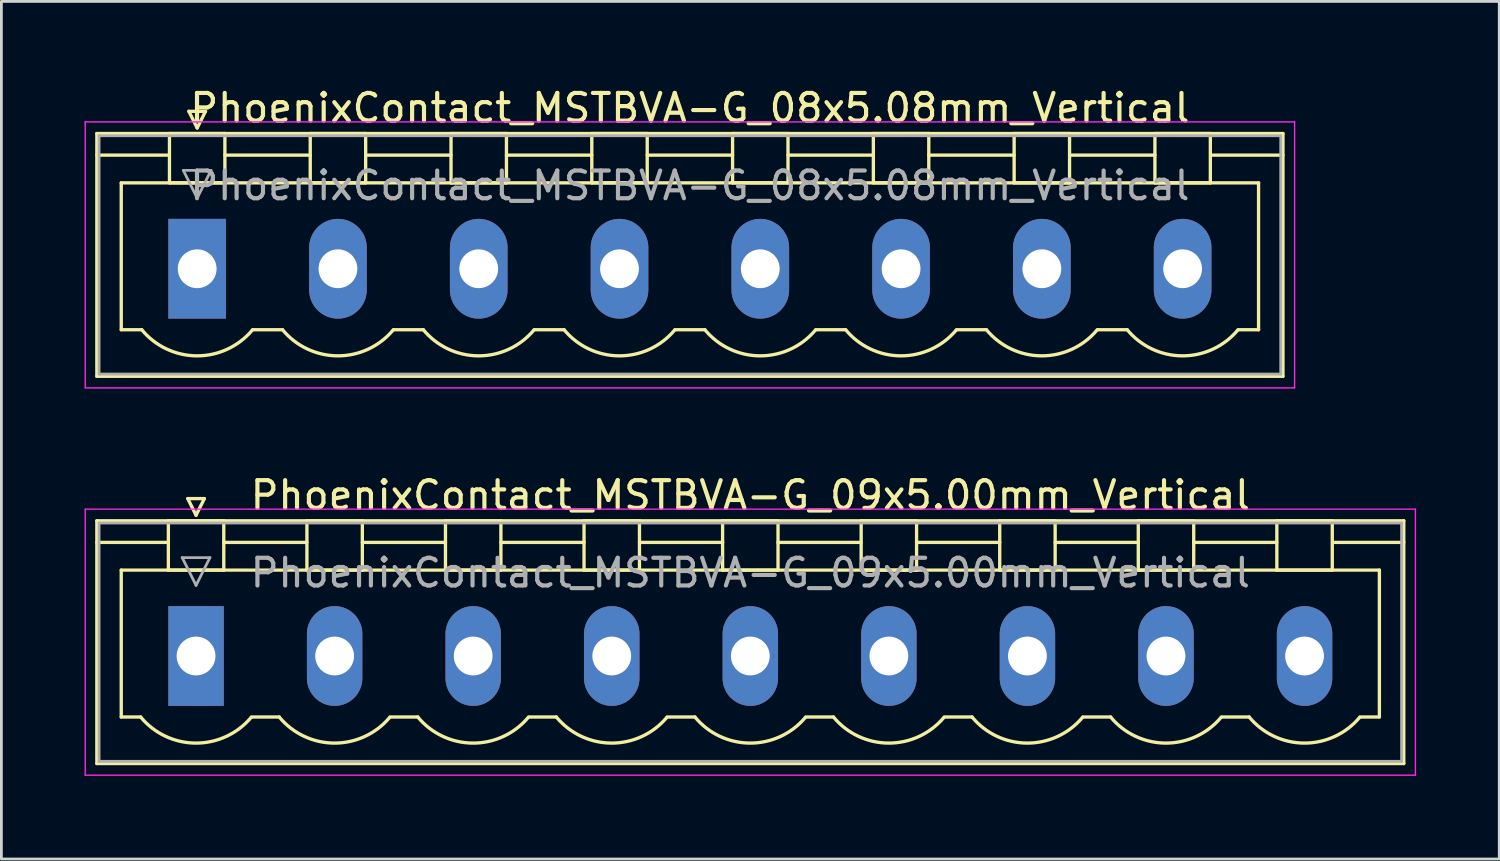
<source format=kicad_pcb>
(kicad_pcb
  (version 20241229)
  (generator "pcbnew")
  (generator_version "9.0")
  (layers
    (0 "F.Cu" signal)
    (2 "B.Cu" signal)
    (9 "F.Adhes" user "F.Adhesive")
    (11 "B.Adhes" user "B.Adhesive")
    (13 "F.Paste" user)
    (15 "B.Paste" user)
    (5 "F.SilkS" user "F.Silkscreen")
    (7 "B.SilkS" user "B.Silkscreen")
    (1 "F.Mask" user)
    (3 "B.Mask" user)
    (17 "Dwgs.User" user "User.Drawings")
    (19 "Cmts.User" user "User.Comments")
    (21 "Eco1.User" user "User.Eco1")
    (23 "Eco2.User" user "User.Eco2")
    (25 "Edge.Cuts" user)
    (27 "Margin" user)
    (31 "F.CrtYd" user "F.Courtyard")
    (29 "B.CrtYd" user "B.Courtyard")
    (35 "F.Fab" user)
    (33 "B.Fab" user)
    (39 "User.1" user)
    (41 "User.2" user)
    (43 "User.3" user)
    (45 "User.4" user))
  (footprint "PhoenixContact_MSTBVA-G_09x5.00mm_Vertical"
    (layer "F.Cu")
    (at 4.025 20.622)
    (property "Reference" "PhoenixContact_MSTBVA-G_09x5.00mm_Vertical" (at 20 -5.8 0) (layer "F.SilkS") (effects (font (size 1 1) (thickness 0.15))))
    (attr through_hole)
    (fp_line (start -3.58 -4.88) (end -3.58 3.88) (stroke (width 0.12) (type solid)) (layer "F.SilkS"))
    (fp_line (start -3.58 -4.1) (end -1.08 -4.1) (stroke (width 0.12) (type solid)) (layer "F.SilkS"))
    (fp_line (start -3.58 3.88) (end 43.58 3.88) (stroke (width 0.12) (type solid)) (layer "F.SilkS"))
    (fp_line (start -2.7 -3.1) (end 42.7 -3.1) (stroke (width 0.12) (type solid)) (layer "F.SilkS"))
    (fp_line (start -2.7 2.2) (end -2.7 -3.1) (stroke (width 0.12) (type solid)) (layer "F.SilkS"))
    (fp_line (start -2 2.2) (end -2.7 2.2) (stroke (width 0.12) (type solid)) (layer "F.SilkS"))
    (fp_line (start -1 -4.88) (end 1 -4.88) (stroke (width 0.12) (type solid)) (layer "F.SilkS"))
    (fp_line (start -1 -3.1) (end -1 -4.88) (stroke (width 0.12) (type solid)) (layer "F.SilkS"))
    (fp_line (start -0.3 -5.68) (end 0.3 -5.68) (stroke (width 0.12) (type solid)) (layer "F.SilkS"))
    (fp_line (start 0 -5.08) (end -0.3 -5.68) (stroke (width 0.12) (type solid)) (layer "F.SilkS"))
    (fp_line (start 0.3 -5.68) (end 0 -5.08) (stroke (width 0.12) (type solid)) (layer "F.SilkS"))
    (fp_line (start 1 -4.88) (end 1 -3.1) (stroke (width 0.12) (type solid)) (layer "F.SilkS"))
    (fp_line (start 1 -4.1) (end 4 -4.1) (stroke (width 0.12) (type solid)) (layer "F.SilkS"))
    (fp_line (start 1 -3.1) (end -1 -3.1) (stroke (width 0.12) (type solid)) (layer "F.SilkS"))
    (fp_line (start 2 2.2) (end 3 2.2) (stroke (width 0.12) (type solid)) (layer "F.SilkS"))
    (fp_line (start 4 -4.88) (end 6 -4.88) (stroke (width 0.12) (type solid)) (layer "F.SilkS"))
    (fp_line (start 4 -3.1) (end 4 -4.88) (stroke (width 0.12) (type solid)) (layer "F.SilkS"))
    (fp_line (start 6 -4.88) (end 6 -3.1) (stroke (width 0.12) (type solid)) (layer "F.SilkS"))
    (fp_line (start 6 -4.1) (end 9 -4.1) (stroke (width 0.12) (type solid)) (layer "F.SilkS"))
    (fp_line (start 6 -3.1) (end 4 -3.1) (stroke (width 0.12) (type solid)) (layer "F.SilkS"))
    (fp_line (start 7 2.2) (end 8 2.2) (stroke (width 0.12) (type solid)) (layer "F.SilkS"))
    (fp_line (start 9 -4.88) (end 11 -4.88) (stroke (width 0.12) (type solid)) (layer "F.SilkS"))
    (fp_line (start 9 -3.1) (end 9 -4.88) (stroke (width 0.12) (type solid)) (layer "F.SilkS"))
    (fp_line (start 11 -4.88) (end 11 -3.1) (stroke (width 0.12) (type solid)) (layer "F.SilkS"))
    (fp_line (start 11 -4.1) (end 14 -4.1) (stroke (width 0.12) (type solid)) (layer "F.SilkS"))
    (fp_line (start 11 -3.1) (end 9 -3.1) (stroke (width 0.12) (type solid)) (layer "F.SilkS"))
    (fp_line (start 12 2.2) (end 13 2.2) (stroke (width 0.12) (type solid)) (layer "F.SilkS"))
    (fp_line (start 14 -4.88) (end 16 -4.88) (stroke (width 0.12) (type solid)) (layer "F.SilkS"))
    (fp_line (start 14 -3.1) (end 14 -4.88) (stroke (width 0.12) (type solid)) (layer "F.SilkS"))
    (fp_line (start 16 -4.88) (end 16 -3.1) (stroke (width 0.12) (type solid)) (layer "F.SilkS"))
    (fp_line (start 16 -4.1) (end 19 -4.1) (stroke (width 0.12) (type solid)) (layer "F.SilkS"))
    (fp_line (start 16 -3.1) (end 14 -3.1) (stroke (width 0.12) (type solid)) (layer "F.SilkS"))
    (fp_line (start 17 2.2) (end 18 2.2) (stroke (width 0.12) (type solid)) (layer "F.SilkS"))
    (fp_line (start 19 -4.88) (end 21 -4.88) (stroke (width 0.12) (type solid)) (layer "F.SilkS"))
    (fp_line (start 19 -3.1) (end 19 -4.88) (stroke (width 0.12) (type solid)) (layer "F.SilkS"))
    (fp_line (start 21 -4.88) (end 21 -3.1) (stroke (width 0.12) (type solid)) (layer "F.SilkS"))
    (fp_line (start 21 -4.1) (end 24 -4.1) (stroke (width 0.12) (type solid)) (layer "F.SilkS"))
    (fp_line (start 21 -3.1) (end 19 -3.1) (stroke (width 0.12) (type solid)) (layer "F.SilkS"))
    (fp_line (start 22 2.2) (end 23 2.2) (stroke (width 0.12) (type solid)) (layer "F.SilkS"))
    (fp_line (start 24 -4.88) (end 26 -4.88) (stroke (width 0.12) (type solid)) (layer "F.SilkS"))
    (fp_line (start 24 -3.1) (end 24 -4.88) (stroke (width 0.12) (type solid)) (layer "F.SilkS"))
    (fp_line (start 26 -4.88) (end 26 -3.1) (stroke (width 0.12) (type solid)) (layer "F.SilkS"))
    (fp_line (start 26 -4.1) (end 29 -4.1) (stroke (width 0.12) (type solid)) (layer "F.SilkS"))
    (fp_line (start 26 -3.1) (end 24 -3.1) (stroke (width 0.12) (type solid)) (layer "F.SilkS"))
    (fp_line (start 27 2.2) (end 28 2.2) (stroke (width 0.12) (type solid)) (layer "F.SilkS"))
    (fp_line (start 29 -4.88) (end 31 -4.88) (stroke (width 0.12) (type solid)) (layer "F.SilkS"))
    (fp_line (start 29 -3.1) (end 29 -4.88) (stroke (width 0.12) (type solid)) (layer "F.SilkS"))
    (fp_line (start 31 -4.88) (end 31 -3.1) (stroke (width 0.12) (type solid)) (layer "F.SilkS"))
    (fp_line (start 31 -4.1) (end 34 -4.1) (stroke (width 0.12) (type solid)) (layer "F.SilkS"))
    (fp_line (start 31 -3.1) (end 29 -3.1) (stroke (width 0.12) (type solid)) (layer "F.SilkS"))
    (fp_line (start 32 2.2) (end 33 2.2) (stroke (width 0.12) (type solid)) (layer "F.SilkS"))
    (fp_line (start 34 -4.88) (end 36 -4.88) (stroke (width 0.12) (type solid)) (layer "F.SilkS"))
    (fp_line (start 34 -3.1) (end 34 -4.88) (stroke (width 0.12) (type solid)) (layer "F.SilkS"))
    (fp_line (start 36 -4.88) (end 36 -3.1) (stroke (width 0.12) (type solid)) (layer "F.SilkS"))
    (fp_line (start 36 -4.1) (end 39 -4.1) (stroke (width 0.12) (type solid)) (layer "F.SilkS"))
    (fp_line (start 36 -3.1) (end 34 -3.1) (stroke (width 0.12) (type solid)) (layer "F.SilkS"))
    (fp_line (start 37 2.2) (end 38 2.2) (stroke (width 0.12) (type solid)) (layer "F.SilkS"))
    (fp_line (start 39 -4.88) (end 41 -4.88) (stroke (width 0.12) (type solid)) (layer "F.SilkS"))
    (fp_line (start 39 -3.1) (end 39 -4.88) (stroke (width 0.12) (type solid)) (layer "F.SilkS"))
    (fp_line (start 41 -4.88) (end 41 -3.1) (stroke (width 0.12) (type solid)) (layer "F.SilkS"))
    (fp_line (start 41 -3.1) (end 39 -3.1) (stroke (width 0.12) (type solid)) (layer "F.SilkS"))
    (fp_line (start 42.7 -3.1) (end 42.7 2.2) (stroke (width 0.12) (type solid)) (layer "F.SilkS"))
    (fp_line (start 42.7 2.2) (end 42 2.2) (stroke (width 0.12) (type solid)) (layer "F.SilkS"))
    (fp_line (start 43.58 -4.88) (end -3.58 -4.88) (stroke (width 0.12) (type solid)) (layer "F.SilkS"))
    (fp_line (start 43.58 -4.1) (end 41.08 -4.1) (stroke (width 0.12) (type solid)) (layer "F.SilkS"))
    (fp_line (start 43.58 3.88) (end 43.58 -4.88) (stroke (width 0.12) (type solid)) (layer "F.SilkS"))
    (fp_arc (start 1.986842 2.215821) (mid -0.010289 3.142758) (end -2 2.2) (stroke (width 0.12) (type solid)) (layer "F.SilkS"))
    (fp_arc (start 6.986842 2.215821) (mid 4.989711 3.142758) (end 3 2.2) (stroke (width 0.12) (type solid)) (layer "F.SilkS"))
    (fp_arc (start 11.986842 2.215821) (mid 9.989711 3.142758) (end 8 2.2) (stroke (width 0.12) (type solid)) (layer "F.SilkS"))
    (fp_arc (start 16.986842 2.215821) (mid 14.989711 3.142758) (end 13 2.2) (stroke (width 0.12) (type solid)) (layer "F.SilkS"))
    (fp_arc (start 21.986842 2.215821) (mid 19.989711 3.142758) (end 18 2.2) (stroke (width 0.12) (type solid)) (layer "F.SilkS"))
    (fp_arc (start 26.986842 2.215821) (mid 24.989711 3.142758) (end 23 2.2) (stroke (width 0.12) (type solid)) (layer "F.SilkS"))
    (fp_arc (start 31.986842 2.215821) (mid 29.989711 3.142758) (end 28 2.2) (stroke (width 0.12) (type solid)) (layer "F.SilkS"))
    (fp_arc (start 36.986842 2.215821) (mid 34.989711 3.142758) (end 33 2.2) (stroke (width 0.12) (type solid)) (layer "F.SilkS"))
    (fp_arc (start 41.986842 2.215821) (mid 39.989711 3.142758) (end 38 2.2) (stroke (width 0.12) (type solid)) (layer "F.SilkS"))
    (fp_line (start -4 -5.3) (end -4 4.3) (stroke (width 0.05) (type solid)) (layer "F.CrtYd"))
    (fp_line (start -4 4.3) (end 44 4.3) (stroke (width 0.05) (type solid)) (layer "F.CrtYd"))
    (fp_line (start 44 -5.3) (end -4 -5.3) (stroke (width 0.05) (type solid)) (layer "F.CrtYd"))
    (fp_line (start 44 4.3) (end 44 -5.3) (stroke (width 0.05) (type solid)) (layer "F.CrtYd"))
    (fp_line (start -3.5 -4.8) (end -3.5 3.8) (stroke (width 0.1) (type solid)) (layer "F.Fab"))
    (fp_line (start -3.5 3.8) (end 43.5 3.8) (stroke (width 0.1) (type solid)) (layer "F.Fab"))
    (fp_line (start -0.5 -3.55) (end 0.5 -3.55) (stroke (width 0.1) (type solid)) (layer "F.Fab"))
    (fp_line (start 0 -2.55) (end -0.5 -3.55) (stroke (width 0.1) (type solid)) (layer "F.Fab"))
    (fp_line (start 0.5 -3.55) (end 0 -2.55) (stroke (width 0.1) (type solid)) (layer "F.Fab"))
    (fp_line (start 43.5 -4.8) (end -3.5 -4.8) (stroke (width 0.1) (type solid)) (layer "F.Fab"))
    (fp_line (start 43.5 3.8) (end 43.5 -4.8) (stroke (width 0.1) (type solid)) (layer "F.Fab"))
    (fp_text user "${REFERENCE}" (at 20 -3 0) (layer "F.Fab") (effects (font (size 1 1) (thickness 0.15))))
    (pad "1" thru_hole rect (at 0 0) (size 2 3.6) (drill 1.4) (layers "*.Cu" "*.Mask"))
    (pad "2" thru_hole oval (at 5 0) (size 2 3.6) (drill 1.4) (layers "*.Cu" "*.Mask"))
    (pad "3" thru_hole oval (at 10 0) (size 2 3.6) (drill 1.4) (layers "*.Cu" "*.Mask"))
    (pad "4" thru_hole oval (at 15 0) (size 2 3.6) (drill 1.4) (layers "*.Cu" "*.Mask"))
    (pad "5" thru_hole oval (at 20 0) (size 2 3.6) (drill 1.4) (layers "*.Cu" "*.Mask"))
    (pad "6" thru_hole oval (at 25 0) (size 2 3.6) (drill 1.4) (layers "*.Cu" "*.Mask"))
    (pad "7" thru_hole oval (at 30 0) (size 2 3.6) (drill 1.4) (layers "*.Cu" "*.Mask"))
    (pad "8" thru_hole oval (at 35 0) (size 2 3.6) (drill 1.4) (layers "*.Cu" "*.Mask"))
    (pad "9" thru_hole oval (at 40 0) (size 2 3.6) (drill 1.4) (layers "*.Cu" "*.Mask")))
  (footprint "PhoenixContact_MSTBVA-G_08x5.08mm_Vertical"
    (layer "F.Cu")
    (at 4.065 6.648)
    (property "Reference" "PhoenixContact_MSTBVA-G_08x5.08mm_Vertical" (at 17.78 -5.8 0) (layer "F.SilkS") (effects (font (size 1 1) (thickness 0.15))))
    (attr through_hole)
    (fp_line (start -3.62 -4.88) (end -3.62 3.88) (stroke (width 0.12) (type solid)) (layer "F.SilkS"))
    (fp_line (start -3.62 -4.1) (end -1.08 -4.1) (stroke (width 0.12) (type solid)) (layer "F.SilkS"))
    (fp_line (start -3.62 3.88) (end 39.18 3.88) (stroke (width 0.12) (type solid)) (layer "F.SilkS"))
    (fp_line (start -2.74 -3.1) (end 38.3 -3.1) (stroke (width 0.12) (type solid)) (layer "F.SilkS"))
    (fp_line (start -2.74 2.2) (end -2.74 -3.1) (stroke (width 0.12) (type solid)) (layer "F.SilkS"))
    (fp_line (start -2 2.2) (end -2.74 2.2) (stroke (width 0.12) (type solid)) (layer "F.SilkS"))
    (fp_line (start -1 -4.88) (end 1 -4.88) (stroke (width 0.12) (type solid)) (layer "F.SilkS"))
    (fp_line (start -1 -3.1) (end -1 -4.88) (stroke (width 0.12) (type solid)) (layer "F.SilkS"))
    (fp_line (start -0.3 -5.68) (end 0.3 -5.68) (stroke (width 0.12) (type solid)) (layer "F.SilkS"))
    (fp_line (start 0 -5.08) (end -0.3 -5.68) (stroke (width 0.12) (type solid)) (layer "F.SilkS"))
    (fp_line (start 0.3 -5.68) (end 0 -5.08) (stroke (width 0.12) (type solid)) (layer "F.SilkS"))
    (fp_line (start 1 -4.88) (end 1 -3.1) (stroke (width 0.12) (type solid)) (layer "F.SilkS"))
    (fp_line (start 1 -4.1) (end 4.08 -4.1) (stroke (width 0.12) (type solid)) (layer "F.SilkS"))
    (fp_line (start 1 -3.1) (end -1 -3.1) (stroke (width 0.12) (type solid)) (layer "F.SilkS"))
    (fp_line (start 2 2.2) (end 3.08 2.2) (stroke (width 0.12) (type solid)) (layer "F.SilkS"))
    (fp_line (start 4.08 -4.88) (end 6.08 -4.88) (stroke (width 0.12) (type solid)) (layer "F.SilkS"))
    (fp_line (start 4.08 -3.1) (end 4.08 -4.88) (stroke (width 0.12) (type solid)) (layer "F.SilkS"))
    (fp_line (start 6.08 -4.88) (end 6.08 -3.1) (stroke (width 0.12) (type solid)) (layer "F.SilkS"))
    (fp_line (start 6.08 -4.1) (end 9.16 -4.1) (stroke (width 0.12) (type solid)) (layer "F.SilkS"))
    (fp_line (start 6.08 -3.1) (end 4.08 -3.1) (stroke (width 0.12) (type solid)) (layer "F.SilkS"))
    (fp_line (start 7.08 2.2) (end 8.16 2.2) (stroke (width 0.12) (type solid)) (layer "F.SilkS"))
    (fp_line (start 9.16 -4.88) (end 11.16 -4.88) (stroke (width 0.12) (type solid)) (layer "F.SilkS"))
    (fp_line (start 9.16 -3.1) (end 9.16 -4.88) (stroke (width 0.12) (type solid)) (layer "F.SilkS"))
    (fp_line (start 11.16 -4.88) (end 11.16 -3.1) (stroke (width 0.12) (type solid)) (layer "F.SilkS"))
    (fp_line (start 11.16 -4.1) (end 14.24 -4.1) (stroke (width 0.12) (type solid)) (layer "F.SilkS"))
    (fp_line (start 11.16 -3.1) (end 9.16 -3.1) (stroke (width 0.12) (type solid)) (layer "F.SilkS"))
    (fp_line (start 12.16 2.2) (end 13.24 2.2) (stroke (width 0.12) (type solid)) (layer "F.SilkS"))
    (fp_line (start 14.24 -4.88) (end 16.24 -4.88) (stroke (width 0.12) (type solid)) (layer "F.SilkS"))
    (fp_line (start 14.24 -3.1) (end 14.24 -4.88) (stroke (width 0.12) (type solid)) (layer "F.SilkS"))
    (fp_line (start 16.24 -4.88) (end 16.24 -3.1) (stroke (width 0.12) (type solid)) (layer "F.SilkS"))
    (fp_line (start 16.24 -4.1) (end 19.32 -4.1) (stroke (width 0.12) (type solid)) (layer "F.SilkS"))
    (fp_line (start 16.24 -3.1) (end 14.24 -3.1) (stroke (width 0.12) (type solid)) (layer "F.SilkS"))
    (fp_line (start 17.24 2.2) (end 18.32 2.2) (stroke (width 0.12) (type solid)) (layer "F.SilkS"))
    (fp_line (start 19.32 -4.88) (end 21.32 -4.88) (stroke (width 0.12) (type solid)) (layer "F.SilkS"))
    (fp_line (start 19.32 -3.1) (end 19.32 -4.88) (stroke (width 0.12) (type solid)) (layer "F.SilkS"))
    (fp_line (start 21.32 -4.88) (end 21.32 -3.1) (stroke (width 0.12) (type solid)) (layer "F.SilkS"))
    (fp_line (start 21.32 -4.1) (end 24.4 -4.1) (stroke (width 0.12) (type solid)) (layer "F.SilkS"))
    (fp_line (start 21.32 -3.1) (end 19.32 -3.1) (stroke (width 0.12) (type solid)) (layer "F.SilkS"))
    (fp_line (start 22.32 2.2) (end 23.4 2.2) (stroke (width 0.12) (type solid)) (layer "F.SilkS"))
    (fp_line (start 24.4 -4.88) (end 26.4 -4.88) (stroke (width 0.12) (type solid)) (layer "F.SilkS"))
    (fp_line (start 24.4 -3.1) (end 24.4 -4.88) (stroke (width 0.12) (type solid)) (layer "F.SilkS"))
    (fp_line (start 26.4 -4.88) (end 26.4 -3.1) (stroke (width 0.12) (type solid)) (layer "F.SilkS"))
    (fp_line (start 26.4 -4.1) (end 29.48 -4.1) (stroke (width 0.12) (type solid)) (layer "F.SilkS"))
    (fp_line (start 26.4 -3.1) (end 24.4 -3.1) (stroke (width 0.12) (type solid)) (layer "F.SilkS"))
    (fp_line (start 27.4 2.2) (end 28.48 2.2) (stroke (width 0.12) (type solid)) (layer "F.SilkS"))
    (fp_line (start 29.48 -4.88) (end 31.48 -4.88) (stroke (width 0.12) (type solid)) (layer "F.SilkS"))
    (fp_line (start 29.48 -3.1) (end 29.48 -4.88) (stroke (width 0.12) (type solid)) (layer "F.SilkS"))
    (fp_line (start 31.48 -4.88) (end 31.48 -3.1) (stroke (width 0.12) (type solid)) (layer "F.SilkS"))
    (fp_line (start 31.48 -4.1) (end 34.56 -4.1) (stroke (width 0.12) (type solid)) (layer "F.SilkS"))
    (fp_line (start 31.48 -3.1) (end 29.48 -3.1) (stroke (width 0.12) (type solid)) (layer "F.SilkS"))
    (fp_line (start 32.48 2.2) (end 33.56 2.2) (stroke (width 0.12) (type solid)) (layer "F.SilkS"))
    (fp_line (start 34.56 -4.88) (end 36.56 -4.88) (stroke (width 0.12) (type solid)) (layer "F.SilkS"))
    (fp_line (start 34.56 -3.1) (end 34.56 -4.88) (stroke (width 0.12) (type solid)) (layer "F.SilkS"))
    (fp_line (start 36.56 -4.88) (end 36.56 -3.1) (stroke (width 0.12) (type solid)) (layer "F.SilkS"))
    (fp_line (start 36.56 -3.1) (end 34.56 -3.1) (stroke (width 0.12) (type solid)) (layer "F.SilkS"))
    (fp_line (start 38.3 -3.1) (end 38.3 2.2) (stroke (width 0.12) (type solid)) (layer "F.SilkS"))
    (fp_line (start 38.3 2.2) (end 37.56 2.2) (stroke (width 0.12) (type solid)) (layer "F.SilkS"))
    (fp_line (start 39.18 -4.88) (end -3.62 -4.88) (stroke (width 0.12) (type solid)) (layer "F.SilkS"))
    (fp_line (start 39.18 -4.1) (end 36.64 -4.1) (stroke (width 0.12) (type solid)) (layer "F.SilkS"))
    (fp_line (start 39.18 3.88) (end 39.18 -4.88) (stroke (width 0.12) (type solid)) (layer "F.SilkS"))
    (fp_arc (start 1.986842 2.215821) (mid -0.010289 3.142758) (end -2 2.2) (stroke (width 0.12) (type solid)) (layer "F.SilkS"))
    (fp_arc (start 7.066842 2.215821) (mid 5.069711 3.142758) (end 3.08 2.2) (stroke (width 0.12) (type solid)) (layer "F.SilkS"))
    (fp_arc (start 12.146842 2.215821) (mid 10.149711 3.142758) (end 8.16 2.2) (stroke (width 0.12) (type solid)) (layer "F.SilkS"))
    (fp_arc (start 17.226842 2.215821) (mid 15.229711 3.142758) (end 13.24 2.2) (stroke (width 0.12) (type solid)) (layer "F.SilkS"))
    (fp_arc (start 22.306842 2.215821) (mid 20.309711 3.142758) (end 18.32 2.2) (stroke (width 0.12) (type solid)) (layer "F.SilkS"))
    (fp_arc (start 27.386842 2.215821) (mid 25.389711 3.142758) (end 23.4 2.2) (stroke (width 0.12) (type solid)) (layer "F.SilkS"))
    (fp_arc (start 32.466842 2.215821) (mid 30.469711 3.142758) (end 28.48 2.2) (stroke (width 0.12) (type solid)) (layer "F.SilkS"))
    (fp_arc (start 37.546842 2.215821) (mid 35.549711 3.142758) (end 33.56 2.2) (stroke (width 0.12) (type solid)) (layer "F.SilkS"))
    (fp_line (start -4.04 -5.3) (end -4.04 4.3) (stroke (width 0.05) (type solid)) (layer "F.CrtYd"))
    (fp_line (start -4.04 4.3) (end 39.6 4.3) (stroke (width 0.05) (type solid)) (layer "F.CrtYd"))
    (fp_line (start 39.6 -5.3) (end -4.04 -5.3) (stroke (width 0.05) (type solid)) (layer "F.CrtYd"))
    (fp_line (start 39.6 4.3) (end 39.6 -5.3) (stroke (width 0.05) (type solid)) (layer "F.CrtYd"))
    (fp_line (start -3.54 -4.8) (end -3.54 3.8) (stroke (width 0.1) (type solid)) (layer "F.Fab"))
    (fp_line (start -3.54 3.8) (end 39.1 3.8) (stroke (width 0.1) (type solid)) (layer "F.Fab"))
    (fp_line (start -0.5 -3.55) (end 0.5 -3.55) (stroke (width 0.1) (type solid)) (layer "F.Fab"))
    (fp_line (start 0 -2.55) (end -0.5 -3.55) (stroke (width 0.1) (type solid)) (layer "F.Fab"))
    (fp_line (start 0.5 -3.55) (end 0 -2.55) (stroke (width 0.1) (type solid)) (layer "F.Fab"))
    (fp_line (start 39.1 -4.8) (end -3.54 -4.8) (stroke (width 0.1) (type solid)) (layer "F.Fab"))
    (fp_line (start 39.1 3.8) (end 39.1 -4.8) (stroke (width 0.1) (type solid)) (layer "F.Fab"))
    (fp_text user "${REFERENCE}" (at 17.78 -3 0) (layer "F.Fab") (effects (font (size 1 1) (thickness 0.15))))
    (pad "1" thru_hole rect (at 0 0) (size 2.08 3.6) (drill 1.4) (layers "*.Cu" "*.Mask"))
    (pad "2" thru_hole oval (at 5.08 0) (size 2.08 3.6) (drill 1.4) (layers "*.Cu" "*.Mask"))
    (pad "3" thru_hole oval (at 10.16 0) (size 2.08 3.6) (drill 1.4) (layers "*.Cu" "*.Mask"))
    (pad "4" thru_hole oval (at 15.24 0) (size 2.08 3.6) (drill 1.4) (layers "*.Cu" "*.Mask"))
    (pad "5" thru_hole oval (at 20.32 0) (size 2.08 3.6) (drill 1.4) (layers "*.Cu" "*.Mask"))
    (pad "6" thru_hole oval (at 25.4 0) (size 2.08 3.6) (drill 1.4) (layers "*.Cu" "*.Mask"))
    (pad "7" thru_hole oval (at 30.48 0) (size 2.08 3.6) (drill 1.4) (layers "*.Cu" "*.Mask"))
    (pad "8" thru_hole oval (at 35.56 0) (size 2.08 3.6) (drill 1.4) (layers "*.Cu" "*.Mask")))
  (gr_rect
    (start -3 -3)
    (end 51.05 27.947)
    (stroke (width 0.1) (type default))
    (fill no)
    (layer "Edge.Cuts")))
</source>
